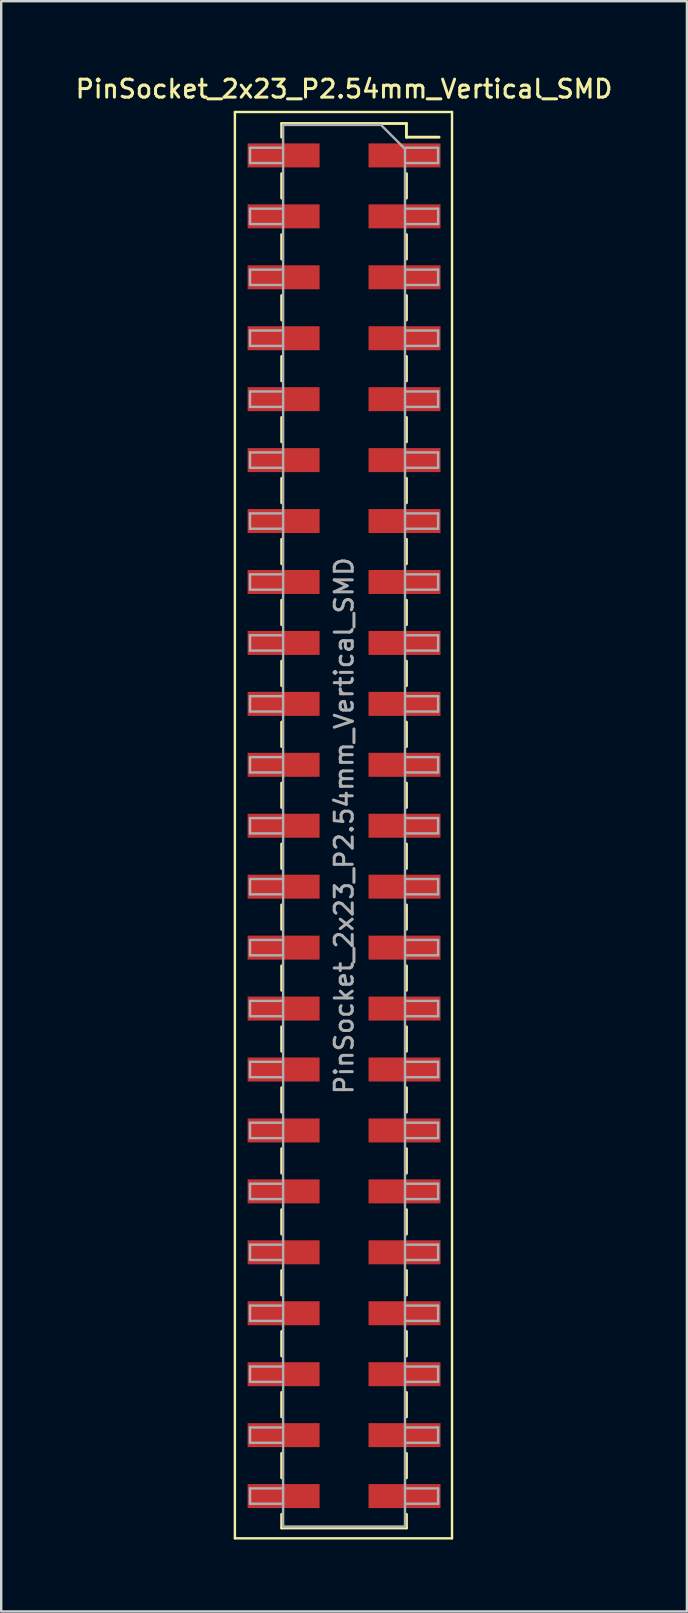
<source format=kicad_pcb>
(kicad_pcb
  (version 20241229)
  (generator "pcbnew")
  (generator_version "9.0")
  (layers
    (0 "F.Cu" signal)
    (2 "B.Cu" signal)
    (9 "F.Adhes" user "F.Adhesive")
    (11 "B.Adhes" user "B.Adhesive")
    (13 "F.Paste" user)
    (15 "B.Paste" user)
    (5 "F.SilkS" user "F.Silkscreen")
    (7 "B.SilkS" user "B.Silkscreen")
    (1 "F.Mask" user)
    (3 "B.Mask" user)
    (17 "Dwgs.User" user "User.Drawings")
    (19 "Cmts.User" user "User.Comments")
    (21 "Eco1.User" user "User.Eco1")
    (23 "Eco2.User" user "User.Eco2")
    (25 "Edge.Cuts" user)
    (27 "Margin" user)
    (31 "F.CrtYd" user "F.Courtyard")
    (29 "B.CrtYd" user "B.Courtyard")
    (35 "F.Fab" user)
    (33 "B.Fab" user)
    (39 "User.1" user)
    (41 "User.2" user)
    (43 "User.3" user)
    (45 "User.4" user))
  (footprint "PinSocket_2x23_P2.54mm_Vertical_SMD"
    (layer "F.Cu")
    (at 11.291 31.368)
    (property "Reference" "PinSocket_2x23_P2.54mm_Vertical_SMD" (at 0 -30.71 0) (layer "F.SilkS") (effects (font (size 0.75 0.75) (thickness 0.125))))
    (attr smd)
    (fp_line (start -4.55 -29.75) (end 4.5 -29.75) (stroke (width 0.1) (type solid)) (layer "F.SilkS"))
    (fp_line (start -4.55 29.7) (end -4.55 -29.75) (stroke (width 0.1) (type solid)) (layer "F.SilkS"))
    (fp_line (start -2.6 -29.27) (end -2.6 -28.7) (stroke (width 0.12) (type solid)) (layer "F.SilkS"))
    (fp_line (start -2.6 -29.27) (end 2.6 -29.27) (stroke (width 0.12) (type solid)) (layer "F.SilkS"))
    (fp_line (start -2.6 -27.18) (end -2.6 -26.16) (stroke (width 0.12) (type solid)) (layer "F.SilkS"))
    (fp_line (start -2.6 -24.64) (end -2.6 -23.62) (stroke (width 0.12) (type solid)) (layer "F.SilkS"))
    (fp_line (start -2.6 -22.1) (end -2.6 -21.08) (stroke (width 0.12) (type solid)) (layer "F.SilkS"))
    (fp_line (start -2.6 -19.56) (end -2.6 -18.54) (stroke (width 0.12) (type solid)) (layer "F.SilkS"))
    (fp_line (start -2.6 -17.02) (end -2.6 -16) (stroke (width 0.12) (type solid)) (layer "F.SilkS"))
    (fp_line (start -2.6 -14.48) (end -2.6 -13.46) (stroke (width 0.12) (type solid)) (layer "F.SilkS"))
    (fp_line (start -2.6 -11.94) (end -2.6 -10.92) (stroke (width 0.12) (type solid)) (layer "F.SilkS"))
    (fp_line (start -2.6 -9.4) (end -2.6 -8.38) (stroke (width 0.12) (type solid)) (layer "F.SilkS"))
    (fp_line (start -2.6 -6.86) (end -2.6 -5.84) (stroke (width 0.12) (type solid)) (layer "F.SilkS"))
    (fp_line (start -2.6 -4.32) (end -2.6 -3.3) (stroke (width 0.12) (type solid)) (layer "F.SilkS"))
    (fp_line (start -2.6 -1.78) (end -2.6 -0.76) (stroke (width 0.12) (type solid)) (layer "F.SilkS"))
    (fp_line (start -2.6 0.76) (end -2.6 1.78) (stroke (width 0.12) (type solid)) (layer "F.SilkS"))
    (fp_line (start -2.6 3.3) (end -2.6 4.32) (stroke (width 0.12) (type solid)) (layer "F.SilkS"))
    (fp_line (start -2.6 5.84) (end -2.6 6.86) (stroke (width 0.12) (type solid)) (layer "F.SilkS"))
    (fp_line (start -2.6 8.38) (end -2.6 9.4) (stroke (width 0.12) (type solid)) (layer "F.SilkS"))
    (fp_line (start -2.6 10.92) (end -2.6 11.94) (stroke (width 0.12) (type solid)) (layer "F.SilkS"))
    (fp_line (start -2.6 13.46) (end -2.6 14.48) (stroke (width 0.12) (type solid)) (layer "F.SilkS"))
    (fp_line (start -2.6 16) (end -2.6 17.02) (stroke (width 0.12) (type solid)) (layer "F.SilkS"))
    (fp_line (start -2.6 18.54) (end -2.6 19.56) (stroke (width 0.12) (type solid)) (layer "F.SilkS"))
    (fp_line (start -2.6 21.08) (end -2.6 22.1) (stroke (width 0.12) (type solid)) (layer "F.SilkS"))
    (fp_line (start -2.6 23.62) (end -2.6 24.64) (stroke (width 0.12) (type solid)) (layer "F.SilkS"))
    (fp_line (start -2.6 26.16) (end -2.6 27.18) (stroke (width 0.12) (type solid)) (layer "F.SilkS"))
    (fp_line (start -2.6 28.7) (end -2.6 29.27) (stroke (width 0.12) (type solid)) (layer "F.SilkS"))
    (fp_line (start -2.6 29.27) (end 2.6 29.27) (stroke (width 0.12) (type solid)) (layer "F.SilkS"))
    (fp_line (start 2.6 -29.27) (end 2.6 -28.7) (stroke (width 0.12) (type solid)) (layer "F.SilkS"))
    (fp_line (start 2.6 -28.7) (end 3.96 -28.7) (stroke (width 0.12) (type solid)) (layer "F.SilkS"))
    (fp_line (start 2.6 -27.18) (end 2.6 -26.16) (stroke (width 0.12) (type solid)) (layer "F.SilkS"))
    (fp_line (start 2.6 -24.64) (end 2.6 -23.62) (stroke (width 0.12) (type solid)) (layer "F.SilkS"))
    (fp_line (start 2.6 -22.1) (end 2.6 -21.08) (stroke (width 0.12) (type solid)) (layer "F.SilkS"))
    (fp_line (start 2.6 -19.56) (end 2.6 -18.54) (stroke (width 0.12) (type solid)) (layer "F.SilkS"))
    (fp_line (start 2.6 -17.02) (end 2.6 -16) (stroke (width 0.12) (type solid)) (layer "F.SilkS"))
    (fp_line (start 2.6 -14.48) (end 2.6 -13.46) (stroke (width 0.12) (type solid)) (layer "F.SilkS"))
    (fp_line (start 2.6 -11.94) (end 2.6 -10.92) (stroke (width 0.12) (type solid)) (layer "F.SilkS"))
    (fp_line (start 2.6 -9.4) (end 2.6 -8.38) (stroke (width 0.12) (type solid)) (layer "F.SilkS"))
    (fp_line (start 2.6 -6.86) (end 2.6 -5.84) (stroke (width 0.12) (type solid)) (layer "F.SilkS"))
    (fp_line (start 2.6 -4.32) (end 2.6 -3.3) (stroke (width 0.12) (type solid)) (layer "F.SilkS"))
    (fp_line (start 2.6 -1.78) (end 2.6 -0.76) (stroke (width 0.12) (type solid)) (layer "F.SilkS"))
    (fp_line (start 2.6 0.76) (end 2.6 1.78) (stroke (width 0.12) (type solid)) (layer "F.SilkS"))
    (fp_line (start 2.6 3.3) (end 2.6 4.32) (stroke (width 0.12) (type solid)) (layer "F.SilkS"))
    (fp_line (start 2.6 5.84) (end 2.6 6.86) (stroke (width 0.12) (type solid)) (layer "F.SilkS"))
    (fp_line (start 2.6 8.38) (end 2.6 9.4) (stroke (width 0.12) (type solid)) (layer "F.SilkS"))
    (fp_line (start 2.6 10.92) (end 2.6 11.94) (stroke (width 0.12) (type solid)) (layer "F.SilkS"))
    (fp_line (start 2.6 13.46) (end 2.6 14.48) (stroke (width 0.12) (type solid)) (layer "F.SilkS"))
    (fp_line (start 2.6 16) (end 2.6 17.02) (stroke (width 0.12) (type solid)) (layer "F.SilkS"))
    (fp_line (start 2.6 18.54) (end 2.6 19.56) (stroke (width 0.12) (type solid)) (layer "F.SilkS"))
    (fp_line (start 2.6 21.08) (end 2.6 22.1) (stroke (width 0.12) (type solid)) (layer "F.SilkS"))
    (fp_line (start 2.6 23.62) (end 2.6 24.64) (stroke (width 0.12) (type solid)) (layer "F.SilkS"))
    (fp_line (start 2.6 26.16) (end 2.6 27.18) (stroke (width 0.12) (type solid)) (layer "F.SilkS"))
    (fp_line (start 2.6 28.7) (end 2.6 29.27) (stroke (width 0.12) (type solid)) (layer "F.SilkS"))
    (fp_line (start 4.5 -29.75) (end 4.5 29.7) (stroke (width 0.1) (type solid)) (layer "F.SilkS"))
    (fp_line (start 4.5 29.7) (end -4.55 29.7) (stroke (width 0.1) (type solid)) (layer "F.SilkS"))
    (fp_line (start -3.92 -28.26) (end -2.54 -28.26) (stroke (width 0.1) (type solid)) (layer "F.Fab"))
    (fp_line (start -3.92 -27.62) (end -3.92 -28.26) (stroke (width 0.1) (type solid)) (layer "F.Fab"))
    (fp_line (start -3.92 -25.72) (end -2.54 -25.72) (stroke (width 0.1) (type solid)) (layer "F.Fab"))
    (fp_line (start -3.92 -25.08) (end -3.92 -25.72) (stroke (width 0.1) (type solid)) (layer "F.Fab"))
    (fp_line (start -3.92 -23.18) (end -2.54 -23.18) (stroke (width 0.1) (type solid)) (layer "F.Fab"))
    (fp_line (start -3.92 -22.54) (end -3.92 -23.18) (stroke (width 0.1) (type solid)) (layer "F.Fab"))
    (fp_line (start -3.92 -20.64) (end -2.54 -20.64) (stroke (width 0.1) (type solid)) (layer "F.Fab"))
    (fp_line (start -3.92 -20) (end -3.92 -20.64) (stroke (width 0.1) (type solid)) (layer "F.Fab"))
    (fp_line (start -3.92 -18.1) (end -2.54 -18.1) (stroke (width 0.1) (type solid)) (layer "F.Fab"))
    (fp_line (start -3.92 -17.46) (end -3.92 -18.1) (stroke (width 0.1) (type solid)) (layer "F.Fab"))
    (fp_line (start -3.92 -15.56) (end -2.54 -15.56) (stroke (width 0.1) (type solid)) (layer "F.Fab"))
    (fp_line (start -3.92 -14.92) (end -3.92 -15.56) (stroke (width 0.1) (type solid)) (layer "F.Fab"))
    (fp_line (start -3.92 -13.02) (end -2.54 -13.02) (stroke (width 0.1) (type solid)) (layer "F.Fab"))
    (fp_line (start -3.92 -12.38) (end -3.92 -13.02) (stroke (width 0.1) (type solid)) (layer "F.Fab"))
    (fp_line (start -3.92 -10.48) (end -2.54 -10.48) (stroke (width 0.1) (type solid)) (layer "F.Fab"))
    (fp_line (start -3.92 -9.84) (end -3.92 -10.48) (stroke (width 0.1) (type solid)) (layer "F.Fab"))
    (fp_line (start -3.92 -7.94) (end -2.54 -7.94) (stroke (width 0.1) (type solid)) (layer "F.Fab"))
    (fp_line (start -3.92 -7.3) (end -3.92 -7.94) (stroke (width 0.1) (type solid)) (layer "F.Fab"))
    (fp_line (start -3.92 -5.4) (end -2.54 -5.4) (stroke (width 0.1) (type solid)) (layer "F.Fab"))
    (fp_line (start -3.92 -4.76) (end -3.92 -5.4) (stroke (width 0.1) (type solid)) (layer "F.Fab"))
    (fp_line (start -3.92 -2.86) (end -2.54 -2.86) (stroke (width 0.1) (type solid)) (layer "F.Fab"))
    (fp_line (start -3.92 -2.22) (end -3.92 -2.86) (stroke (width 0.1) (type solid)) (layer "F.Fab"))
    (fp_line (start -3.92 -0.32) (end -2.54 -0.32) (stroke (width 0.1) (type solid)) (layer "F.Fab"))
    (fp_line (start -3.92 0.32) (end -3.92 -0.32) (stroke (width 0.1) (type solid)) (layer "F.Fab"))
    (fp_line (start -3.92 2.22) (end -2.54 2.22) (stroke (width 0.1) (type solid)) (layer "F.Fab"))
    (fp_line (start -3.92 2.86) (end -3.92 2.22) (stroke (width 0.1) (type solid)) (layer "F.Fab"))
    (fp_line (start -3.92 4.76) (end -2.54 4.76) (stroke (width 0.1) (type solid)) (layer "F.Fab"))
    (fp_line (start -3.92 5.4) (end -3.92 4.76) (stroke (width 0.1) (type solid)) (layer "F.Fab"))
    (fp_line (start -3.92 7.3) (end -2.54 7.3) (stroke (width 0.1) (type solid)) (layer "F.Fab"))
    (fp_line (start -3.92 7.94) (end -3.92 7.3) (stroke (width 0.1) (type solid)) (layer "F.Fab"))
    (fp_line (start -3.92 9.84) (end -2.54 9.84) (stroke (width 0.1) (type solid)) (layer "F.Fab"))
    (fp_line (start -3.92 10.48) (end -3.92 9.84) (stroke (width 0.1) (type solid)) (layer "F.Fab"))
    (fp_line (start -3.92 12.38) (end -2.54 12.38) (stroke (width 0.1) (type solid)) (layer "F.Fab"))
    (fp_line (start -3.92 13.02) (end -3.92 12.38) (stroke (width 0.1) (type solid)) (layer "F.Fab"))
    (fp_line (start -3.92 14.92) (end -2.54 14.92) (stroke (width 0.1) (type solid)) (layer "F.Fab"))
    (fp_line (start -3.92 15.56) (end -3.92 14.92) (stroke (width 0.1) (type solid)) (layer "F.Fab"))
    (fp_line (start -3.92 17.46) (end -2.54 17.46) (stroke (width 0.1) (type solid)) (layer "F.Fab"))
    (fp_line (start -3.92 18.1) (end -3.92 17.46) (stroke (width 0.1) (type solid)) (layer "F.Fab"))
    (fp_line (start -3.92 20) (end -2.54 20) (stroke (width 0.1) (type solid)) (layer "F.Fab"))
    (fp_line (start -3.92 20.64) (end -3.92 20) (stroke (width 0.1) (type solid)) (layer "F.Fab"))
    (fp_line (start -3.92 22.54) (end -2.54 22.54) (stroke (width 0.1) (type solid)) (layer "F.Fab"))
    (fp_line (start -3.92 23.18) (end -3.92 22.54) (stroke (width 0.1) (type solid)) (layer "F.Fab"))
    (fp_line (start -3.92 25.08) (end -2.54 25.08) (stroke (width 0.1) (type solid)) (layer "F.Fab"))
    (fp_line (start -3.92 25.72) (end -3.92 25.08) (stroke (width 0.1) (type solid)) (layer "F.Fab"))
    (fp_line (start -3.92 27.62) (end -2.54 27.62) (stroke (width 0.1) (type solid)) (layer "F.Fab"))
    (fp_line (start -3.92 28.26) (end -3.92 27.62) (stroke (width 0.1) (type solid)) (layer "F.Fab"))
    (fp_line (start -2.54 -29.21) (end 1.54 -29.21) (stroke (width 0.1) (type solid)) (layer "F.Fab"))
    (fp_line (start -2.54 -27.62) (end -3.92 -27.62) (stroke (width 0.1) (type solid)) (layer "F.Fab"))
    (fp_line (start -2.54 -25.08) (end -3.92 -25.08) (stroke (width 0.1) (type solid)) (layer "F.Fab"))
    (fp_line (start -2.54 -22.54) (end -3.92 -22.54) (stroke (width 0.1) (type solid)) (layer "F.Fab"))
    (fp_line (start -2.54 -20) (end -3.92 -20) (stroke (width 0.1) (type solid)) (layer "F.Fab"))
    (fp_line (start -2.54 -17.46) (end -3.92 -17.46) (stroke (width 0.1) (type solid)) (layer "F.Fab"))
    (fp_line (start -2.54 -14.92) (end -3.92 -14.92) (stroke (width 0.1) (type solid)) (layer "F.Fab"))
    (fp_line (start -2.54 -12.38) (end -3.92 -12.38) (stroke (width 0.1) (type solid)) (layer "F.Fab"))
    (fp_line (start -2.54 -9.84) (end -3.92 -9.84) (stroke (width 0.1) (type solid)) (layer "F.Fab"))
    (fp_line (start -2.54 -7.3) (end -3.92 -7.3) (stroke (width 0.1) (type solid)) (layer "F.Fab"))
    (fp_line (start -2.54 -4.76) (end -3.92 -4.76) (stroke (width 0.1) (type solid)) (layer "F.Fab"))
    (fp_line (start -2.54 -2.22) (end -3.92 -2.22) (stroke (width 0.1) (type solid)) (layer "F.Fab"))
    (fp_line (start -2.54 0.32) (end -3.92 0.32) (stroke (width 0.1) (type solid)) (layer "F.Fab"))
    (fp_line (start -2.54 2.86) (end -3.92 2.86) (stroke (width 0.1) (type solid)) (layer "F.Fab"))
    (fp_line (start -2.54 5.4) (end -3.92 5.4) (stroke (width 0.1) (type solid)) (layer "F.Fab"))
    (fp_line (start -2.54 7.94) (end -3.92 7.94) (stroke (width 0.1) (type solid)) (layer "F.Fab"))
    (fp_line (start -2.54 10.48) (end -3.92 10.48) (stroke (width 0.1) (type solid)) (layer "F.Fab"))
    (fp_line (start -2.54 13.02) (end -3.92 13.02) (stroke (width 0.1) (type solid)) (layer "F.Fab"))
    (fp_line (start -2.54 15.56) (end -3.92 15.56) (stroke (width 0.1) (type solid)) (layer "F.Fab"))
    (fp_line (start -2.54 18.1) (end -3.92 18.1) (stroke (width 0.1) (type solid)) (layer "F.Fab"))
    (fp_line (start -2.54 20.64) (end -3.92 20.64) (stroke (width 0.1) (type solid)) (layer "F.Fab"))
    (fp_line (start -2.54 23.18) (end -3.92 23.18) (stroke (width 0.1) (type solid)) (layer "F.Fab"))
    (fp_line (start -2.54 25.72) (end -3.92 25.72) (stroke (width 0.1) (type solid)) (layer "F.Fab"))
    (fp_line (start -2.54 28.26) (end -3.92 28.26) (stroke (width 0.1) (type solid)) (layer "F.Fab"))
    (fp_line (start -2.54 29.21) (end -2.54 -29.21) (stroke (width 0.1) (type solid)) (layer "F.Fab"))
    (fp_line (start 1.54 -29.21) (end 2.54 -28.21) (stroke (width 0.1) (type solid)) (layer "F.Fab"))
    (fp_line (start 2.54 -28.26) (end 3.92 -28.26) (stroke (width 0.1) (type solid)) (layer "F.Fab"))
    (fp_line (start 2.54 -28.21) (end 2.54 29.21) (stroke (width 0.1) (type solid)) (layer "F.Fab"))
    (fp_line (start 2.54 -25.72) (end 3.92 -25.72) (stroke (width 0.1) (type solid)) (layer "F.Fab"))
    (fp_line (start 2.54 -23.18) (end 3.92 -23.18) (stroke (width 0.1) (type solid)) (layer "F.Fab"))
    (fp_line (start 2.54 -20.64) (end 3.92 -20.64) (stroke (width 0.1) (type solid)) (layer "F.Fab"))
    (fp_line (start 2.54 -18.1) (end 3.92 -18.1) (stroke (width 0.1) (type solid)) (layer "F.Fab"))
    (fp_line (start 2.54 -15.56) (end 3.92 -15.56) (stroke (width 0.1) (type solid)) (layer "F.Fab"))
    (fp_line (start 2.54 -13.02) (end 3.92 -13.02) (stroke (width 0.1) (type solid)) (layer "F.Fab"))
    (fp_line (start 2.54 -10.48) (end 3.92 -10.48) (stroke (width 0.1) (type solid)) (layer "F.Fab"))
    (fp_line (start 2.54 -7.94) (end 3.92 -7.94) (stroke (width 0.1) (type solid)) (layer "F.Fab"))
    (fp_line (start 2.54 -5.4) (end 3.92 -5.4) (stroke (width 0.1) (type solid)) (layer "F.Fab"))
    (fp_line (start 2.54 -2.86) (end 3.92 -2.86) (stroke (width 0.1) (type solid)) (layer "F.Fab"))
    (fp_line (start 2.54 -0.32) (end 3.92 -0.32) (stroke (width 0.1) (type solid)) (layer "F.Fab"))
    (fp_line (start 2.54 2.22) (end 3.92 2.22) (stroke (width 0.1) (type solid)) (layer "F.Fab"))
    (fp_line (start 2.54 4.76) (end 3.92 4.76) (stroke (width 0.1) (type solid)) (layer "F.Fab"))
    (fp_line (start 2.54 7.3) (end 3.92 7.3) (stroke (width 0.1) (type solid)) (layer "F.Fab"))
    (fp_line (start 2.54 9.84) (end 3.92 9.84) (stroke (width 0.1) (type solid)) (layer "F.Fab"))
    (fp_line (start 2.54 12.38) (end 3.92 12.38) (stroke (width 0.1) (type solid)) (layer "F.Fab"))
    (fp_line (start 2.54 14.92) (end 3.92 14.92) (stroke (width 0.1) (type solid)) (layer "F.Fab"))
    (fp_line (start 2.54 17.46) (end 3.92 17.46) (stroke (width 0.1) (type solid)) (layer "F.Fab"))
    (fp_line (start 2.54 20) (end 3.92 20) (stroke (width 0.1) (type solid)) (layer "F.Fab"))
    (fp_line (start 2.54 22.54) (end 3.92 22.54) (stroke (width 0.1) (type solid)) (layer "F.Fab"))
    (fp_line (start 2.54 25.08) (end 3.92 25.08) (stroke (width 0.1) (type solid)) (layer "F.Fab"))
    (fp_line (start 2.54 27.62) (end 3.92 27.62) (stroke (width 0.1) (type solid)) (layer "F.Fab"))
    (fp_line (start 2.54 29.21) (end -2.54 29.21) (stroke (width 0.1) (type solid)) (layer "F.Fab"))
    (fp_line (start 3.92 -28.26) (end 3.92 -27.62) (stroke (width 0.1) (type solid)) (layer "F.Fab"))
    (fp_line (start 3.92 -27.62) (end 2.54 -27.62) (stroke (width 0.1) (type solid)) (layer "F.Fab"))
    (fp_line (start 3.92 -25.72) (end 3.92 -25.08) (stroke (width 0.1) (type solid)) (layer "F.Fab"))
    (fp_line (start 3.92 -25.08) (end 2.54 -25.08) (stroke (width 0.1) (type solid)) (layer "F.Fab"))
    (fp_line (start 3.92 -23.18) (end 3.92 -22.54) (stroke (width 0.1) (type solid)) (layer "F.Fab"))
    (fp_line (start 3.92 -22.54) (end 2.54 -22.54) (stroke (width 0.1) (type solid)) (layer "F.Fab"))
    (fp_line (start 3.92 -20.64) (end 3.92 -20) (stroke (width 0.1) (type solid)) (layer "F.Fab"))
    (fp_line (start 3.92 -20) (end 2.54 -20) (stroke (width 0.1) (type solid)) (layer "F.Fab"))
    (fp_line (start 3.92 -18.1) (end 3.92 -17.46) (stroke (width 0.1) (type solid)) (layer "F.Fab"))
    (fp_line (start 3.92 -17.46) (end 2.54 -17.46) (stroke (width 0.1) (type solid)) (layer "F.Fab"))
    (fp_line (start 3.92 -15.56) (end 3.92 -14.92) (stroke (width 0.1) (type solid)) (layer "F.Fab"))
    (fp_line (start 3.92 -14.92) (end 2.54 -14.92) (stroke (width 0.1) (type solid)) (layer "F.Fab"))
    (fp_line (start 3.92 -13.02) (end 3.92 -12.38) (stroke (width 0.1) (type solid)) (layer "F.Fab"))
    (fp_line (start 3.92 -12.38) (end 2.54 -12.38) (stroke (width 0.1) (type solid)) (layer "F.Fab"))
    (fp_line (start 3.92 -10.48) (end 3.92 -9.84) (stroke (width 0.1) (type solid)) (layer "F.Fab"))
    (fp_line (start 3.92 -9.84) (end 2.54 -9.84) (stroke (width 0.1) (type solid)) (layer "F.Fab"))
    (fp_line (start 3.92 -7.94) (end 3.92 -7.3) (stroke (width 0.1) (type solid)) (layer "F.Fab"))
    (fp_line (start 3.92 -7.3) (end 2.54 -7.3) (stroke (width 0.1) (type solid)) (layer "F.Fab"))
    (fp_line (start 3.92 -5.4) (end 3.92 -4.76) (stroke (width 0.1) (type solid)) (layer "F.Fab"))
    (fp_line (start 3.92 -4.76) (end 2.54 -4.76) (stroke (width 0.1) (type solid)) (layer "F.Fab"))
    (fp_line (start 3.92 -2.86) (end 3.92 -2.22) (stroke (width 0.1) (type solid)) (layer "F.Fab"))
    (fp_line (start 3.92 -2.22) (end 2.54 -2.22) (stroke (width 0.1) (type solid)) (layer "F.Fab"))
    (fp_line (start 3.92 -0.32) (end 3.92 0.32) (stroke (width 0.1) (type solid)) (layer "F.Fab"))
    (fp_line (start 3.92 0.32) (end 2.54 0.32) (stroke (width 0.1) (type solid)) (layer "F.Fab"))
    (fp_line (start 3.92 2.22) (end 3.92 2.86) (stroke (width 0.1) (type solid)) (layer "F.Fab"))
    (fp_line (start 3.92 2.86) (end 2.54 2.86) (stroke (width 0.1) (type solid)) (layer "F.Fab"))
    (fp_line (start 3.92 4.76) (end 3.92 5.4) (stroke (width 0.1) (type solid)) (layer "F.Fab"))
    (fp_line (start 3.92 5.4) (end 2.54 5.4) (stroke (width 0.1) (type solid)) (layer "F.Fab"))
    (fp_line (start 3.92 7.3) (end 3.92 7.94) (stroke (width 0.1) (type solid)) (layer "F.Fab"))
    (fp_line (start 3.92 7.94) (end 2.54 7.94) (stroke (width 0.1) (type solid)) (layer "F.Fab"))
    (fp_line (start 3.92 9.84) (end 3.92 10.48) (stroke (width 0.1) (type solid)) (layer "F.Fab"))
    (fp_line (start 3.92 10.48) (end 2.54 10.48) (stroke (width 0.1) (type solid)) (layer "F.Fab"))
    (fp_line (start 3.92 12.38) (end 3.92 13.02) (stroke (width 0.1) (type solid)) (layer "F.Fab"))
    (fp_line (start 3.92 13.02) (end 2.54 13.02) (stroke (width 0.1) (type solid)) (layer "F.Fab"))
    (fp_line (start 3.92 14.92) (end 3.92 15.56) (stroke (width 0.1) (type solid)) (layer "F.Fab"))
    (fp_line (start 3.92 15.56) (end 2.54 15.56) (stroke (width 0.1) (type solid)) (layer "F.Fab"))
    (fp_line (start 3.92 17.46) (end 3.92 18.1) (stroke (width 0.1) (type solid)) (layer "F.Fab"))
    (fp_line (start 3.92 18.1) (end 2.54 18.1) (stroke (width 0.1) (type solid)) (layer "F.Fab"))
    (fp_line (start 3.92 20) (end 3.92 20.64) (stroke (width 0.1) (type solid)) (layer "F.Fab"))
    (fp_line (start 3.92 20.64) (end 2.54 20.64) (stroke (width 0.1) (type solid)) (layer "F.Fab"))
    (fp_line (start 3.92 22.54) (end 3.92 23.18) (stroke (width 0.1) (type solid)) (layer "F.Fab"))
    (fp_line (start 3.92 23.18) (end 2.54 23.18) (stroke (width 0.1) (type solid)) (layer "F.Fab"))
    (fp_line (start 3.92 25.08) (end 3.92 25.72) (stroke (width 0.1) (type solid)) (layer "F.Fab"))
    (fp_line (start 3.92 25.72) (end 2.54 25.72) (stroke (width 0.1) (type solid)) (layer "F.Fab"))
    (fp_line (start 3.92 27.62) (end 3.92 28.26) (stroke (width 0.1) (type solid)) (layer "F.Fab"))
    (fp_line (start 3.92 28.26) (end 2.54 28.26) (stroke (width 0.1) (type solid)) (layer "F.Fab"))
    (fp_text user "${REFERENCE}" (at 0 0 90) (layer "F.Fab") (effects (font (size 0.75 0.75) (thickness 0.125))))
    (pad "1" smd rect (at 2.52 -27.94) (size 3 1) (layers "F.Cu" "F.Mask" "F.Paste"))
    (pad "2" smd rect (at -2.52 -27.94) (size 3 1) (layers "F.Cu" "F.Mask" "F.Paste"))
    (pad "3" smd rect (at 2.52 -25.4) (size 3 1) (layers "F.Cu" "F.Mask" "F.Paste"))
    (pad "4" smd rect (at -2.52 -25.4) (size 3 1) (layers "F.Cu" "F.Mask" "F.Paste"))
    (pad "5" smd rect (at 2.52 -22.86) (size 3 1) (layers "F.Cu" "F.Mask" "F.Paste"))
    (pad "6" smd rect (at -2.52 -22.86) (size 3 1) (layers "F.Cu" "F.Mask" "F.Paste"))
    (pad "7" smd rect (at 2.52 -20.32) (size 3 1) (layers "F.Cu" "F.Mask" "F.Paste"))
    (pad "8" smd rect (at -2.52 -20.32) (size 3 1) (layers "F.Cu" "F.Mask" "F.Paste"))
    (pad "9" smd rect (at 2.52 -17.78) (size 3 1) (layers "F.Cu" "F.Mask" "F.Paste"))
    (pad "10" smd rect (at -2.52 -17.78) (size 3 1) (layers "F.Cu" "F.Mask" "F.Paste"))
    (pad "11" smd rect (at 2.52 -15.24) (size 3 1) (layers "F.Cu" "F.Mask" "F.Paste"))
    (pad "12" smd rect (at -2.52 -15.24) (size 3 1) (layers "F.Cu" "F.Mask" "F.Paste"))
    (pad "13" smd rect (at 2.52 -12.7) (size 3 1) (layers "F.Cu" "F.Mask" "F.Paste"))
    (pad "14" smd rect (at -2.52 -12.7) (size 3 1) (layers "F.Cu" "F.Mask" "F.Paste"))
    (pad "15" smd rect (at 2.52 -10.16) (size 3 1) (layers "F.Cu" "F.Mask" "F.Paste"))
    (pad "16" smd rect (at -2.52 -10.16) (size 3 1) (layers "F.Cu" "F.Mask" "F.Paste"))
    (pad "17" smd rect (at 2.52 -7.62) (size 3 1) (layers "F.Cu" "F.Mask" "F.Paste"))
    (pad "18" smd rect (at -2.52 -7.62) (size 3 1) (layers "F.Cu" "F.Mask" "F.Paste"))
    (pad "19" smd rect (at 2.52 -5.08) (size 3 1) (layers "F.Cu" "F.Mask" "F.Paste"))
    (pad "20" smd rect (at -2.52 -5.08) (size 3 1) (layers "F.Cu" "F.Mask" "F.Paste"))
    (pad "21" smd rect (at 2.52 -2.54) (size 3 1) (layers "F.Cu" "F.Mask" "F.Paste"))
    (pad "22" smd rect (at -2.52 -2.54) (size 3 1) (layers "F.Cu" "F.Mask" "F.Paste"))
    (pad "23" smd rect (at 2.52 0) (size 3 1) (layers "F.Cu" "F.Mask" "F.Paste"))
    (pad "24" smd rect (at -2.52 0) (size 3 1) (layers "F.Cu" "F.Mask" "F.Paste"))
    (pad "25" smd rect (at 2.52 2.54) (size 3 1) (layers "F.Cu" "F.Mask" "F.Paste"))
    (pad "26" smd rect (at -2.52 2.54) (size 3 1) (layers "F.Cu" "F.Mask" "F.Paste"))
    (pad "27" smd rect (at 2.52 5.08) (size 3 1) (layers "F.Cu" "F.Mask" "F.Paste"))
    (pad "28" smd rect (at -2.52 5.08) (size 3 1) (layers "F.Cu" "F.Mask" "F.Paste"))
    (pad "29" smd rect (at 2.52 7.62) (size 3 1) (layers "F.Cu" "F.Mask" "F.Paste"))
    (pad "30" smd rect (at -2.52 7.62) (size 3 1) (layers "F.Cu" "F.Mask" "F.Paste"))
    (pad "31" smd rect (at 2.52 10.16) (size 3 1) (layers "F.Cu" "F.Mask" "F.Paste"))
    (pad "32" smd rect (at -2.52 10.16) (size 3 1) (layers "F.Cu" "F.Mask" "F.Paste"))
    (pad "33" smd rect (at 2.52 12.7) (size 3 1) (layers "F.Cu" "F.Mask" "F.Paste"))
    (pad "34" smd rect (at -2.52 12.7) (size 3 1) (layers "F.Cu" "F.Mask" "F.Paste"))
    (pad "35" smd rect (at 2.52 15.24) (size 3 1) (layers "F.Cu" "F.Mask" "F.Paste"))
    (pad "36" smd rect (at -2.52 15.24) (size 3 1) (layers "F.Cu" "F.Mask" "F.Paste"))
    (pad "37" smd rect (at 2.52 17.78) (size 3 1) (layers "F.Cu" "F.Mask" "F.Paste"))
    (pad "38" smd rect (at -2.52 17.78) (size 3 1) (layers "F.Cu" "F.Mask" "F.Paste"))
    (pad "39" smd rect (at 2.52 20.32) (size 3 1) (layers "F.Cu" "F.Mask" "F.Paste"))
    (pad "40" smd rect (at -2.52 20.32) (size 3 1) (layers "F.Cu" "F.Mask" "F.Paste"))
    (pad "41" smd rect (at 2.52 22.86) (size 3 1) (layers "F.Cu" "F.Mask" "F.Paste"))
    (pad "42" smd rect (at -2.52 22.86) (size 3 1) (layers "F.Cu" "F.Mask" "F.Paste"))
    (pad "43" smd rect (at 2.52 25.4) (size 3 1) (layers "F.Cu" "F.Mask" "F.Paste"))
    (pad "44" smd rect (at -2.52 25.4) (size 3 1) (layers "F.Cu" "F.Mask" "F.Paste"))
    (pad "45" smd rect (at 2.52 27.94) (size 3 1) (layers "F.Cu" "F.Mask" "F.Paste"))
    (pad "46" smd rect (at -2.52 27.94) (size 3 1) (layers "F.Cu" "F.Mask" "F.Paste")))
  (gr_rect
    (start -3 -3)
    (end 25.582 64.118)
    (stroke (width 0.1) (type default))
    (fill no)
    (layer "Edge.Cuts")))
</source>
